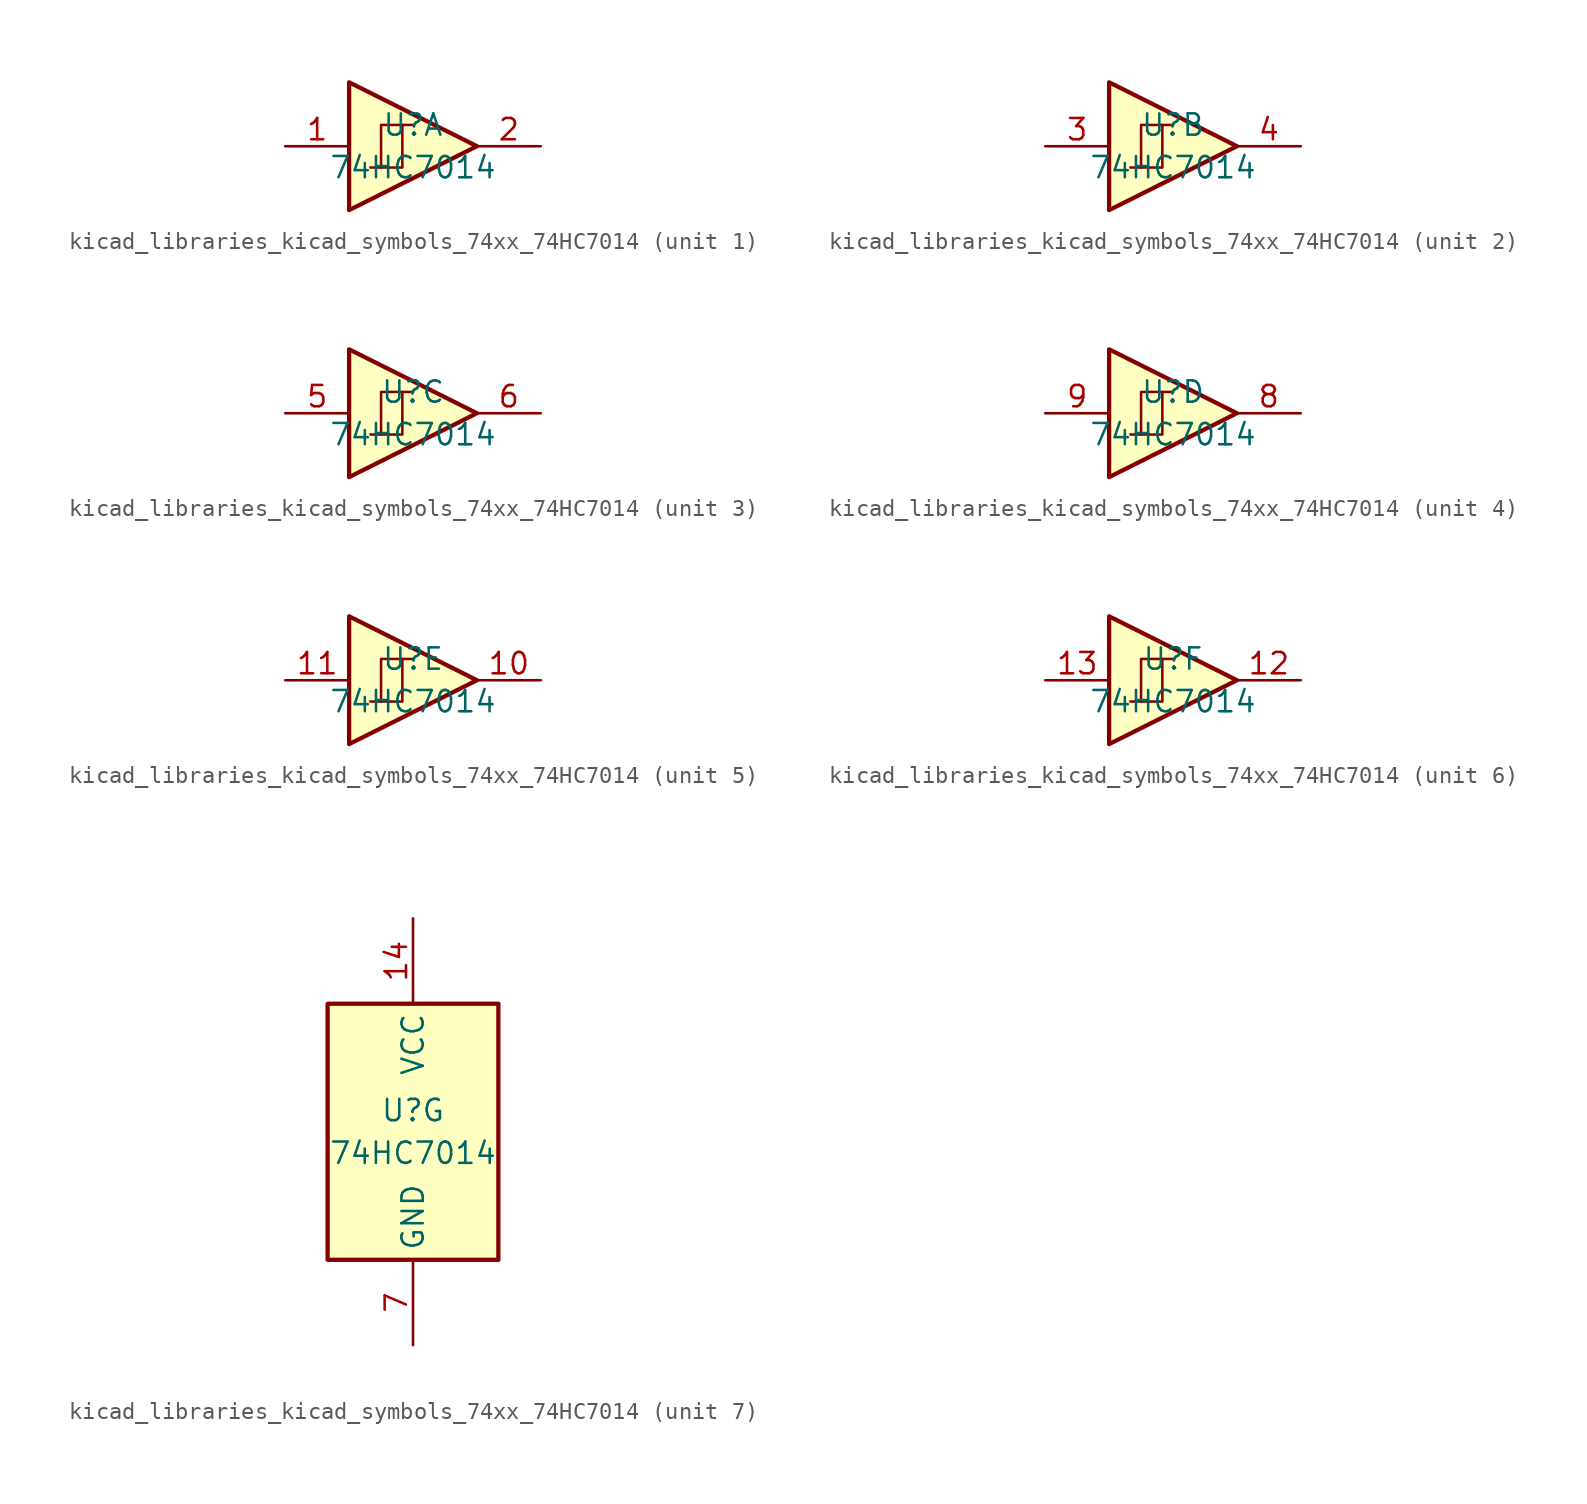
<source format=kicad_sym>
(kicad_symbol_lib
  (version 20220914)
  (generator kicad_symbol_editor)
  (symbol "kicad_libraries_kicad_symbols_74xx_74HC7014"
    (property "Reference" "U"
      (at 0 1.27 0)
      (effects (font (size 1.27 1.27))))
    (property "Value" "74HC7014"
      (at 0 -1.27 0)
      (effects (font (size 1.27 1.27))))
    (property "ki_locked" ""
      (at 0 0 0)
      (effects (font (size 1.27 1.27))))
    (symbol "kicad_libraries_kicad_symbols_74xx_74HC7014_1_1"
      (polyline (pts (xy -1.905 -1.27) (xy -1.905 1.27) (xy -0.635 1.27)) (stroke (width 0) (type default)) (fill (type none)))
      (polyline (pts (xy -3.81 3.81) (xy -3.81 -3.81) (xy 3.81 0) (xy -3.81 3.81)) (stroke (width 0.254) (type default)) (fill (type background)))
      (polyline (pts (xy -2.54 -1.27) (xy -0.635 -1.27) (xy -0.635 1.27) (xy 0 1.27)) (stroke (width 0) (type default)) (fill (type none)))
      (pin input line (at -7.62 0 0) (length 3.81) (name "~" (effects (font (size 1.27 1.27)))) (number "1" (effects (font (size 1.27 1.27)))))
      (pin output line (at 7.62 0 180) (length 3.81) (name "~" (effects (font (size 1.27 1.27)))) (number "2" (effects (font (size 1.27 1.27))))))
    (symbol "kicad_libraries_kicad_symbols_74xx_74HC7014_2_1"
      (polyline (pts (xy -1.905 -1.27) (xy -1.905 1.27) (xy -0.635 1.27)) (stroke (width 0) (type default)) (fill (type none)))
      (polyline (pts (xy -3.81 3.81) (xy -3.81 -3.81) (xy 3.81 0) (xy -3.81 3.81)) (stroke (width 0.254) (type default)) (fill (type background)))
      (polyline (pts (xy -2.54 -1.27) (xy -0.635 -1.27) (xy -0.635 1.27) (xy 0 1.27)) (stroke (width 0) (type default)) (fill (type none)))
      (pin input line (at -7.62 0 0) (length 3.81) (name "~" (effects (font (size 1.27 1.27)))) (number "3" (effects (font (size 1.27 1.27)))))
      (pin output line (at 7.62 0 180) (length 3.81) (name "~" (effects (font (size 1.27 1.27)))) (number "4" (effects (font (size 1.27 1.27))))))
    (symbol "kicad_libraries_kicad_symbols_74xx_74HC7014_3_1"
      (polyline (pts (xy -1.905 -1.27) (xy -1.905 1.27) (xy -0.635 1.27)) (stroke (width 0) (type default)) (fill (type none)))
      (polyline (pts (xy -3.81 3.81) (xy -3.81 -3.81) (xy 3.81 0) (xy -3.81 3.81)) (stroke (width 0.254) (type default)) (fill (type background)))
      (polyline (pts (xy -2.54 -1.27) (xy -0.635 -1.27) (xy -0.635 1.27) (xy 0 1.27)) (stroke (width 0) (type default)) (fill (type none)))
      (pin input line (at -7.62 0 0) (length 3.81) (name "~" (effects (font (size 1.27 1.27)))) (number "5" (effects (font (size 1.27 1.27)))))
      (pin output line (at 7.62 0 180) (length 3.81) (name "~" (effects (font (size 1.27 1.27)))) (number "6" (effects (font (size 1.27 1.27))))))
    (symbol "kicad_libraries_kicad_symbols_74xx_74HC7014_4_1"
      (polyline (pts (xy -1.905 -1.27) (xy -1.905 1.27) (xy -0.635 1.27)) (stroke (width 0) (type default)) (fill (type none)))
      (polyline (pts (xy -3.81 3.81) (xy -3.81 -3.81) (xy 3.81 0) (xy -3.81 3.81)) (stroke (width 0.254) (type default)) (fill (type background)))
      (polyline (pts (xy -2.54 -1.27) (xy -0.635 -1.27) (xy -0.635 1.27) (xy 0 1.27)) (stroke (width 0) (type default)) (fill (type none)))
      (pin output line (at 7.62 0 180) (length 3.81) (name "~" (effects (font (size 1.27 1.27)))) (number "8" (effects (font (size 1.27 1.27)))))
      (pin input line (at -7.62 0 0) (length 3.81) (name "~" (effects (font (size 1.27 1.27)))) (number "9" (effects (font (size 1.27 1.27))))))
    (symbol "kicad_libraries_kicad_symbols_74xx_74HC7014_5_1"
      (polyline (pts (xy -1.905 -1.27) (xy -1.905 1.27) (xy -0.635 1.27)) (stroke (width 0) (type default)) (fill (type none)))
      (polyline (pts (xy -3.81 3.81) (xy -3.81 -3.81) (xy 3.81 0) (xy -3.81 3.81)) (stroke (width 0.254) (type default)) (fill (type background)))
      (polyline (pts (xy -2.54 -1.27) (xy -0.635 -1.27) (xy -0.635 1.27) (xy 0 1.27)) (stroke (width 0) (type default)) (fill (type none)))
      (pin output line (at 7.62 0 180) (length 3.81) (name "~" (effects (font (size 1.27 1.27)))) (number "10" (effects (font (size 1.27 1.27)))))
      (pin input line (at -7.62 0 0) (length 3.81) (name "~" (effects (font (size 1.27 1.27)))) (number "11" (effects (font (size 1.27 1.27))))))
    (symbol "kicad_libraries_kicad_symbols_74xx_74HC7014_6_1"
      (polyline (pts (xy -1.905 -1.27) (xy -1.905 1.27) (xy -0.635 1.27)) (stroke (width 0) (type default)) (fill (type none)))
      (polyline (pts (xy -3.81 3.81) (xy -3.81 -3.81) (xy 3.81 0) (xy -3.81 3.81)) (stroke (width 0.254) (type default)) (fill (type background)))
      (polyline (pts (xy -2.54 -1.27) (xy -0.635 -1.27) (xy -0.635 1.27) (xy 0 1.27)) (stroke (width 0) (type default)) (fill (type none)))
      (pin output line (at 7.62 0 180) (length 3.81) (name "~" (effects (font (size 1.27 1.27)))) (number "12" (effects (font (size 1.27 1.27)))))
      (pin input line (at -7.62 0 0) (length 3.81) (name "~" (effects (font (size 1.27 1.27)))) (number "13" (effects (font (size 1.27 1.27))))))
    (symbol "kicad_libraries_kicad_symbols_74xx_74HC7014_7_1"
      (rectangle (start -5.08 7.62) (end 5.08 -7.62) (stroke (width 0.254) (type default)) (fill (type background)))
      (pin power_in line (at 0 12.7 270) (length 5.08) (name "VCC" (effects (font (size 1.27 1.27)))) (number "14" (effects (font (size 1.27 1.27)))))
      (pin power_in line (at 0 -12.7 90) (length 5.08) (name "GND" (effects (font (size 1.27 1.27)))) (number "7" (effects (font (size 1.27 1.27))))))))
</source>
